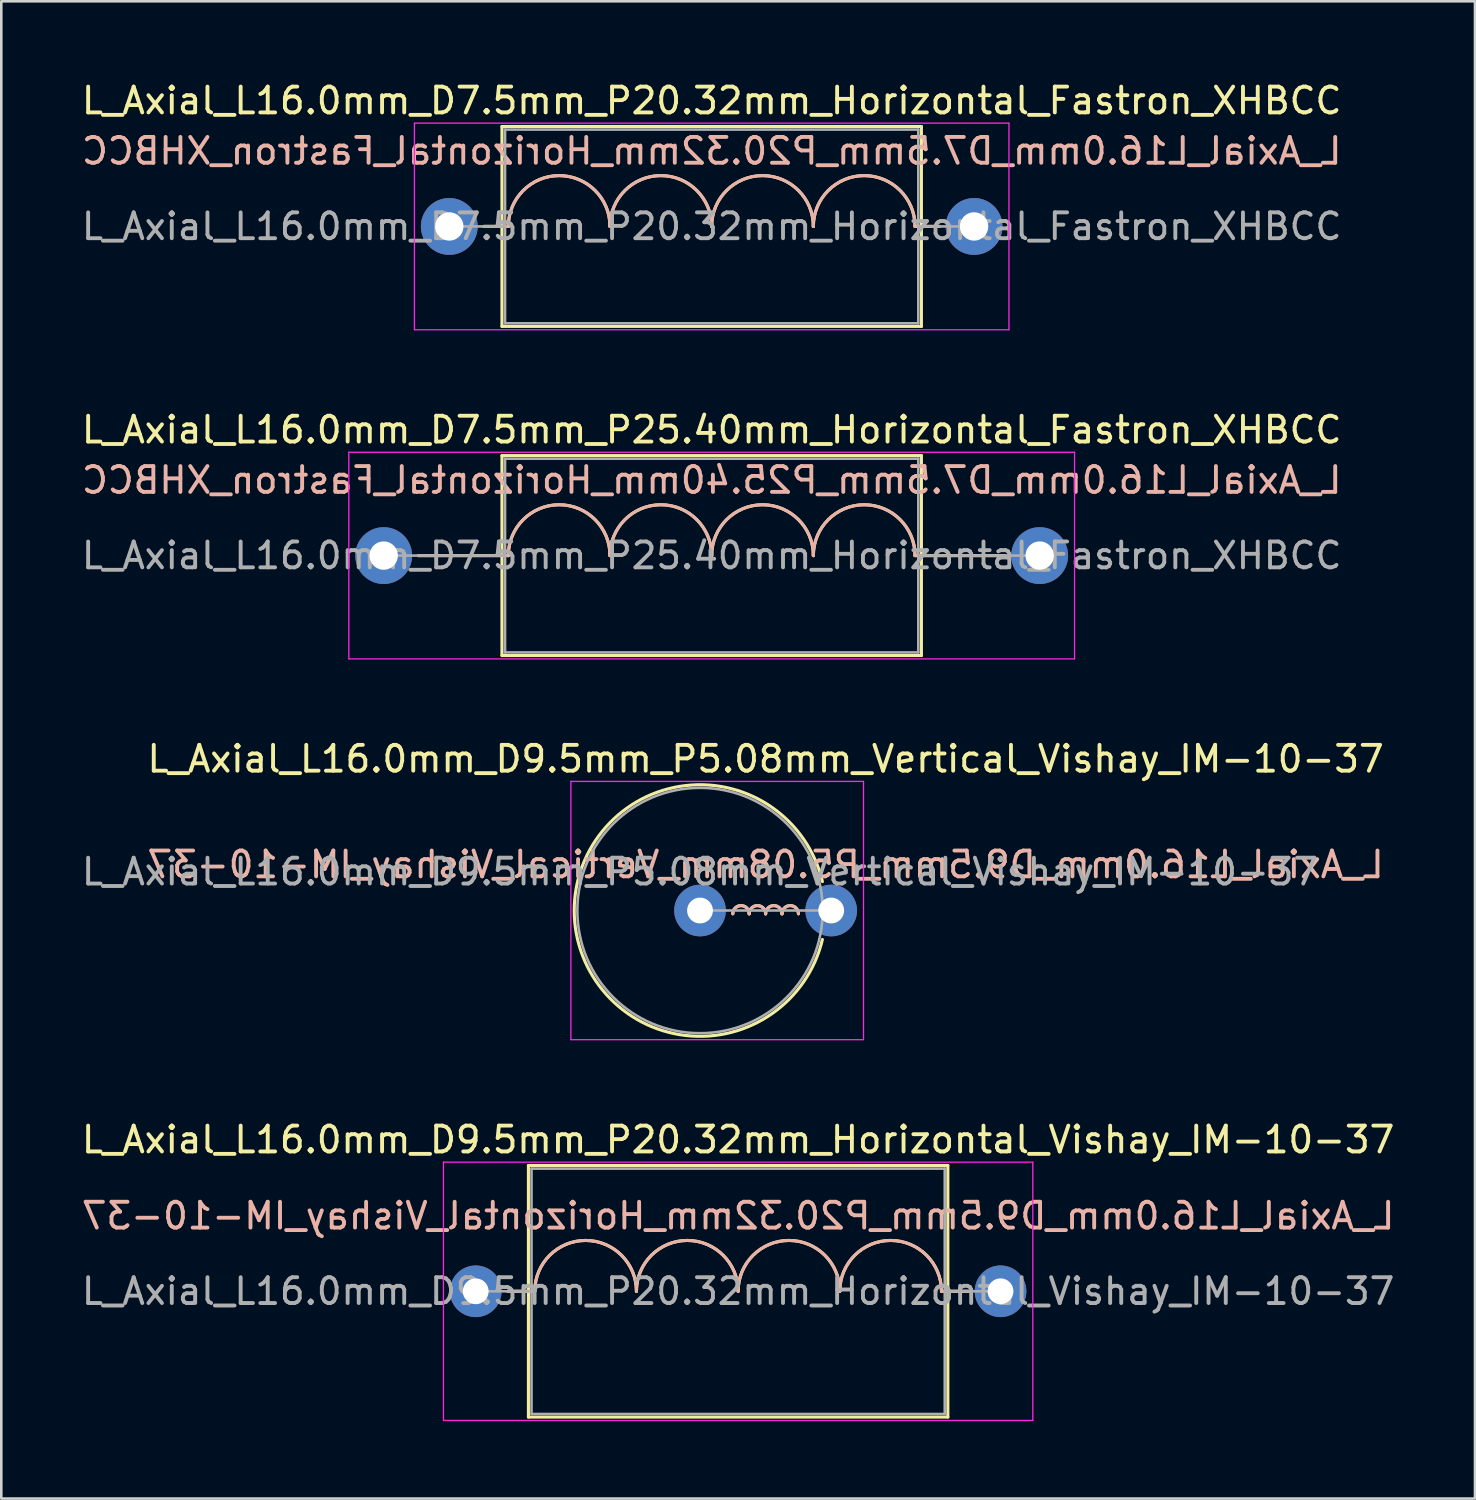
<source format=kicad_pcb>
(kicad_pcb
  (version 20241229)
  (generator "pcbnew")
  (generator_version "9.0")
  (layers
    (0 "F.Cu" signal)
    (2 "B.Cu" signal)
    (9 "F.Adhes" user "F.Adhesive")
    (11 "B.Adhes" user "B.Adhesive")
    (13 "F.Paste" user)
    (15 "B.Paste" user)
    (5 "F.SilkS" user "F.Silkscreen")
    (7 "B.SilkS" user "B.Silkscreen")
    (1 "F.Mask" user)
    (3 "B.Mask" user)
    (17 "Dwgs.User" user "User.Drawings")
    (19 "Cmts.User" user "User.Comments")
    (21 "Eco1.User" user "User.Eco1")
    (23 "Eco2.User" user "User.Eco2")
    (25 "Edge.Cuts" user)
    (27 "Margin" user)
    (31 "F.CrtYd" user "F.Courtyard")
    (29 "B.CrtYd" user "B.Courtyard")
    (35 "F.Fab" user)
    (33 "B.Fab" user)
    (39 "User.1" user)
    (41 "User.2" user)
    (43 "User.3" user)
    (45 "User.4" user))
  (footprint "L_Axial_L16.0mm_D9.5mm_P5.08mm_Vertical_Vishay_IM-10-37"
    (layer "F.Cu")
    (at 24.054 32.205)
    (property "Reference" "L_Axial_L16.0mm_D9.5mm_P5.08mm_Vertical_Vishay_IM-10-37" (at 2.54 -5.87 0) (layer "F.SilkS") (effects (font (size 1 1) (thickness 0.15))))
    (fp_arc (start 1.27 0.127) (mid 1.5875 -0.1905) (end 1.905 0.127) (stroke (width 0.12) (type solid)) (layer "F.SilkS"))
    (fp_arc (start 1.905 0.127) (mid 2.2225 -0.1905) (end 2.54 0.127) (stroke (width 0.12) (type solid)) (layer "F.SilkS"))
    (fp_arc (start 2.54 0.127) (mid 2.8575 -0.1905) (end 3.175 0.127) (stroke (width 0.12) (type solid)) (layer "F.SilkS"))
    (fp_arc (start 3.175 0.127) (mid 3.4925 -0.1905) (end 3.81 0.127) (stroke (width 0.12) (type solid)) (layer "F.SilkS"))
    (fp_arc (start 4.739462 1.12) (mid -4.87 0) (end 4.739462 -1.12) (stroke (width 0.12) (type solid)) (layer "F.SilkS"))
    (fp_arc (start 1.27 0.127) (mid 1.5875 -0.1905) (end 1.905 0.127) (stroke (width 0.12) (type solid)) (layer "B.SilkS"))
    (fp_arc (start 1.905 0.127) (mid 2.2225 -0.1905) (end 2.54 0.127) (stroke (width 0.12) (type solid)) (layer "B.SilkS"))
    (fp_arc (start 2.54 0.127) (mid 2.8575 -0.1905) (end 3.175 0.127) (stroke (width 0.12) (type solid)) (layer "B.SilkS"))
    (fp_arc (start 3.175 0.127) (mid 3.4925 -0.1905) (end 3.81 0.127) (stroke (width 0.12) (type solid)) (layer "B.SilkS"))
    (fp_line (start -5 -5) (end -5 5) (stroke (width 0.05) (type solid)) (layer "F.CrtYd"))
    (fp_line (start -5 5) (end 6.33 5) (stroke (width 0.05) (type solid)) (layer "F.CrtYd"))
    (fp_line (start 6.33 -5) (end -5 -5) (stroke (width 0.05) (type solid)) (layer "F.CrtYd"))
    (fp_line (start 6.33 5) (end 6.33 -5) (stroke (width 0.05) (type solid)) (layer "F.CrtYd"))
    (fp_line (start 0 0) (end 5.08 0) (stroke (width 0.1) (type solid)) (layer "F.Fab"))
    (fp_circle (center 0 0) (end 4.75 0) (stroke (width 0.1) (type solid)) (fill no) (layer "F.Fab"))
    (fp_text user "${REFERENCE}" (at 2.54 -1.778 0) (layer "B.SilkS") (effects (font (size 1 1) (thickness 0.15)) (justify mirror)))
    (fp_text user "${REFERENCE}" (at 0 -1.5 0) (layer "F.Fab") (effects (font (size 1 1) (thickness 0.15))))
    (pad "1" thru_hole circle (at 0 0) (size 2 2) (drill 1) (layers "*.Cu" "*.Mask"))
    (pad "2" thru_hole oval (at 5.08 0) (size 2 2) (drill 1) (layers "*.Cu" "*.Mask")))
  (footprint "L_Axial_L16.0mm_D7.5mm_P25.40mm_Horizontal_Fastron_XHBCC"
    (layer "F.Cu")
    (at 11.806 18.462)
    (property "Reference" "L_Axial_L16.0mm_D7.5mm_P25.40mm_Horizontal_Fastron_XHBCC" (at 12.7 -4.87 0) (layer "F.SilkS") (effects (font (size 1 1) (thickness 0.15))))
    (fp_line (start 1.34 0) (end 4.58 0) (stroke (width 0.12) (type solid)) (layer "F.SilkS"))
    (fp_line (start 4.58 -3.87) (end 4.58 3.87) (stroke (width 0.12) (type solid)) (layer "F.SilkS"))
    (fp_line (start 4.58 3.87) (end 20.82 3.87) (stroke (width 0.12) (type solid)) (layer "F.SilkS"))
    (fp_line (start 4.826 0) (end 4.58 0) (stroke (width 0.12) (type solid)) (layer "F.SilkS"))
    (fp_line (start 20.574 0) (end 20.828 0) (stroke (width 0.12) (type solid)) (layer "F.SilkS"))
    (fp_line (start 20.82 -3.87) (end 4.58 -3.87) (stroke (width 0.12) (type solid)) (layer "F.SilkS"))
    (fp_line (start 20.82 3.87) (end 20.82 -3.87) (stroke (width 0.12) (type solid)) (layer "F.SilkS"))
    (fp_line (start 24.06 0) (end 20.82 0) (stroke (width 0.12) (type solid)) (layer "F.SilkS"))
    (fp_arc (start 4.826 0) (mid 6.7945 -1.9685) (end 8.763 0) (stroke (width 0.12) (type solid)) (layer "F.SilkS"))
    (fp_arc (start 8.763 0) (mid 10.7315 -1.9685) (end 12.7 0) (stroke (width 0.12) (type solid)) (layer "F.SilkS"))
    (fp_arc (start 12.7 0) (mid 14.6685 -1.9685) (end 16.637 0) (stroke (width 0.12) (type solid)) (layer "F.SilkS"))
    (fp_arc (start 16.637 0) (mid 18.6055 -1.9685) (end 20.574 0) (stroke (width 0.12) (type solid)) (layer "F.SilkS"))
    (fp_line (start 1.34 0) (end 4.58 0) (stroke (width 0.12) (type solid)) (layer "B.SilkS"))
    (fp_line (start 4.826 0) (end 4.572 0) (stroke (width 0.12) (type solid)) (layer "B.SilkS"))
    (fp_line (start 20.574 0) (end 20.82 0) (stroke (width 0.12) (type solid)) (layer "B.SilkS"))
    (fp_line (start 24.06 0) (end 20.82 0) (stroke (width 0.12) (type solid)) (layer "B.SilkS"))
    (fp_arc (start 4.826 0) (mid 6.7945 -1.9685) (end 8.763 0) (stroke (width 0.12) (type solid)) (layer "B.SilkS"))
    (fp_arc (start 8.763 0) (mid 10.7315 -1.9685) (end 12.7 0) (stroke (width 0.12) (type solid)) (layer "B.SilkS"))
    (fp_arc (start 12.7 0) (mid 14.6685 -1.9685) (end 16.637 0) (stroke (width 0.12) (type solid)) (layer "B.SilkS"))
    (fp_arc (start 16.637 0) (mid 18.6055 -1.9685) (end 20.574 0) (stroke (width 0.12) (type solid)) (layer "B.SilkS"))
    (fp_line (start -1.35 -4) (end -1.35 4) (stroke (width 0.05) (type solid)) (layer "F.CrtYd"))
    (fp_line (start -1.35 4) (end 26.75 4) (stroke (width 0.05) (type solid)) (layer "F.CrtYd"))
    (fp_line (start 26.75 -4) (end -1.35 -4) (stroke (width 0.05) (type solid)) (layer "F.CrtYd"))
    (fp_line (start 26.75 4) (end 26.75 -4) (stroke (width 0.05) (type solid)) (layer "F.CrtYd"))
    (fp_line (start 0 0) (end 4.7 0) (stroke (width 0.1) (type solid)) (layer "F.Fab"))
    (fp_line (start 4.7 -3.75) (end 4.7 3.75) (stroke (width 0.1) (type solid)) (layer "F.Fab"))
    (fp_line (start 4.7 3.75) (end 20.7 3.75) (stroke (width 0.1) (type solid)) (layer "F.Fab"))
    (fp_line (start 20.7 -3.75) (end 4.7 -3.75) (stroke (width 0.1) (type solid)) (layer "F.Fab"))
    (fp_line (start 20.7 3.75) (end 20.7 -3.75) (stroke (width 0.1) (type solid)) (layer "F.Fab"))
    (fp_line (start 25.4 0) (end 20.7 0) (stroke (width 0.1) (type solid)) (layer "F.Fab"))
    (fp_text user "${REFERENCE}" (at 12.7 -2.921 0) (layer "B.SilkS") (effects (font (size 1 1) (thickness 0.15)) (justify mirror)))
    (fp_text user "${REFERENCE}" (at 12.7 0 0) (layer "F.Fab") (effects (font (size 1 1) (thickness 0.15))))
    (pad "1" thru_hole circle (at 0 0) (size 2.2 2.2) (drill 1.1) (layers "*.Cu" "*.Mask"))
    (pad "2" thru_hole oval (at 25.4 0) (size 2.2 2.2) (drill 1.1) (layers "*.Cu" "*.Mask")))
  (footprint "L_Axial_L16.0mm_D7.5mm_P20.32mm_Horizontal_Fastron_XHBCC"
    (layer "F.Cu")
    (at 14.346 5.718)
    (property "Reference" "L_Axial_L16.0mm_D7.5mm_P20.32mm_Horizontal_Fastron_XHBCC" (at 10.16 -4.87 0) (layer "F.SilkS") (effects (font (size 1 1) (thickness 0.15))))
    (fp_line (start 1.34 0) (end 2.04 0) (stroke (width 0.12) (type solid)) (layer "F.SilkS"))
    (fp_line (start 2.04 -3.87) (end 2.04 3.87) (stroke (width 0.12) (type solid)) (layer "F.SilkS"))
    (fp_line (start 2.04 3.87) (end 18.28 3.87) (stroke (width 0.12) (type solid)) (layer "F.SilkS"))
    (fp_line (start 2.286 0) (end 2.04 0) (stroke (width 0.12) (type solid)) (layer "F.SilkS"))
    (fp_line (start 18.034 0) (end 18.288 0) (stroke (width 0.12) (type solid)) (layer "F.SilkS"))
    (fp_line (start 18.28 -3.87) (end 2.04 -3.87) (stroke (width 0.12) (type solid)) (layer "F.SilkS"))
    (fp_line (start 18.28 3.87) (end 18.28 -3.87) (stroke (width 0.12) (type solid)) (layer "F.SilkS"))
    (fp_line (start 18.98 0) (end 18.28 0) (stroke (width 0.12) (type solid)) (layer "F.SilkS"))
    (fp_arc (start 2.286 0) (mid 4.2545 -1.9685) (end 6.223 0) (stroke (width 0.12) (type solid)) (layer "F.SilkS"))
    (fp_arc (start 6.223 0) (mid 8.1915 -1.9685) (end 10.16 0) (stroke (width 0.12) (type solid)) (layer "F.SilkS"))
    (fp_arc (start 10.16 0) (mid 12.1285 -1.9685) (end 14.097 0) (stroke (width 0.12) (type solid)) (layer "F.SilkS"))
    (fp_arc (start 14.097 0) (mid 16.0655 -1.9685) (end 18.034 0) (stroke (width 0.12) (type solid)) (layer "F.SilkS"))
    (fp_line (start 1.34 0) (end 2.04 0) (stroke (width 0.12) (type solid)) (layer "B.SilkS"))
    (fp_line (start 2.286 0) (end 2.032 0) (stroke (width 0.12) (type solid)) (layer "B.SilkS"))
    (fp_line (start 18.034 0) (end 18.28 0) (stroke (width 0.12) (type solid)) (layer "B.SilkS"))
    (fp_line (start 18.98 0) (end 18.28 0) (stroke (width 0.12) (type solid)) (layer "B.SilkS"))
    (fp_arc (start 2.286 0) (mid 4.2545 -1.9685) (end 6.223 0) (stroke (width 0.12) (type solid)) (layer "B.SilkS"))
    (fp_arc (start 6.223 0) (mid 8.1915 -1.9685) (end 10.16 0) (stroke (width 0.12) (type solid)) (layer "B.SilkS"))
    (fp_arc (start 10.16 0) (mid 12.1285 -1.9685) (end 14.097 0) (stroke (width 0.12) (type solid)) (layer "B.SilkS"))
    (fp_arc (start 14.097 0) (mid 16.0655 -1.9685) (end 18.034 0) (stroke (width 0.12) (type solid)) (layer "B.SilkS"))
    (fp_line (start -1.35 -4) (end -1.35 4) (stroke (width 0.05) (type solid)) (layer "F.CrtYd"))
    (fp_line (start -1.35 4) (end 21.67 4) (stroke (width 0.05) (type solid)) (layer "F.CrtYd"))
    (fp_line (start 21.67 -4) (end -1.35 -4) (stroke (width 0.05) (type solid)) (layer "F.CrtYd"))
    (fp_line (start 21.67 4) (end 21.67 -4) (stroke (width 0.05) (type solid)) (layer "F.CrtYd"))
    (fp_line (start 0 0) (end 2.16 0) (stroke (width 0.1) (type solid)) (layer "F.Fab"))
    (fp_line (start 2.16 -3.75) (end 2.16 3.75) (stroke (width 0.1) (type solid)) (layer "F.Fab"))
    (fp_line (start 2.16 3.75) (end 18.16 3.75) (stroke (width 0.1) (type solid)) (layer "F.Fab"))
    (fp_line (start 18.16 -3.75) (end 2.16 -3.75) (stroke (width 0.1) (type solid)) (layer "F.Fab"))
    (fp_line (start 18.16 3.75) (end 18.16 -3.75) (stroke (width 0.1) (type solid)) (layer "F.Fab"))
    (fp_line (start 20.32 0) (end 18.16 0) (stroke (width 0.1) (type solid)) (layer "F.Fab"))
    (fp_text user "${REFERENCE}" (at 10.16 -2.921 0) (layer "B.SilkS") (effects (font (size 1 1) (thickness 0.15)) (justify mirror)))
    (fp_text user "${REFERENCE}" (at 10.16 0 0) (layer "F.Fab") (effects (font (size 1 1) (thickness 0.15))))
    (pad "1" thru_hole circle (at 0 0) (size 2.2 2.2) (drill 1.1) (layers "*.Cu" "*.Mask"))
    (pad "2" thru_hole oval (at 20.32 0) (size 2.2 2.2) (drill 1.1) (layers "*.Cu" "*.Mask")))
  (footprint "L_Axial_L16.0mm_D9.5mm_P20.32mm_Horizontal_Vishay_IM-10-37"
    (layer "F.Cu")
    (at 15.37 46.948)
    (property "Reference" "L_Axial_L16.0mm_D9.5mm_P20.32mm_Horizontal_Vishay_IM-10-37" (at 10.16 -5.87 0) (layer "F.SilkS") (effects (font (size 1 1) (thickness 0.15))))
    (fp_line (start 1.24 0) (end 2.04 0) (stroke (width 0.12) (type solid)) (layer "F.SilkS"))
    (fp_line (start 2.04 -4.87) (end 2.04 4.87) (stroke (width 0.12) (type solid)) (layer "F.SilkS"))
    (fp_line (start 2.04 4.87) (end 18.28 4.87) (stroke (width 0.12) (type solid)) (layer "F.SilkS"))
    (fp_line (start 2.286 0) (end 2.04 0) (stroke (width 0.12) (type solid)) (layer "F.SilkS"))
    (fp_line (start 18.034 0) (end 18.288 0) (stroke (width 0.12) (type solid)) (layer "F.SilkS"))
    (fp_line (start 18.28 -4.87) (end 2.04 -4.87) (stroke (width 0.12) (type solid)) (layer "F.SilkS"))
    (fp_line (start 18.28 4.87) (end 18.28 -4.87) (stroke (width 0.12) (type solid)) (layer "F.SilkS"))
    (fp_line (start 19.08 0) (end 18.28 0) (stroke (width 0.12) (type solid)) (layer "F.SilkS"))
    (fp_arc (start 2.286 0) (mid 4.2545 -1.9685) (end 6.223 0) (stroke (width 0.12) (type solid)) (layer "F.SilkS"))
    (fp_arc (start 6.223 0) (mid 8.1915 -1.9685) (end 10.16 0) (stroke (width 0.12) (type solid)) (layer "F.SilkS"))
    (fp_arc (start 10.16 0) (mid 12.1285 -1.9685) (end 14.097 0) (stroke (width 0.12) (type solid)) (layer "F.SilkS"))
    (fp_arc (start 14.097 0) (mid 16.0655 -1.9685) (end 18.034 0) (stroke (width 0.12) (type solid)) (layer "F.SilkS"))
    (fp_line (start 1.24 0) (end 2.04 0) (stroke (width 0.12) (type solid)) (layer "B.SilkS"))
    (fp_line (start 2.286 0) (end 2.032 0) (stroke (width 0.12) (type solid)) (layer "B.SilkS"))
    (fp_line (start 18.034 0) (end 18.28 0) (stroke (width 0.12) (type solid)) (layer "B.SilkS"))
    (fp_line (start 19.08 0) (end 18.28 0) (stroke (width 0.12) (type solid)) (layer "B.SilkS"))
    (fp_arc (start 2.286 0) (mid 4.2545 -1.9685) (end 6.223 0) (stroke (width 0.12) (type solid)) (layer "B.SilkS"))
    (fp_arc (start 6.223 0) (mid 8.1915 -1.9685) (end 10.16 0) (stroke (width 0.12) (type solid)) (layer "B.SilkS"))
    (fp_arc (start 10.16 0) (mid 12.1285 -1.9685) (end 14.097 0) (stroke (width 0.12) (type solid)) (layer "B.SilkS"))
    (fp_arc (start 14.097 0) (mid 16.0655 -1.9685) (end 18.034 0) (stroke (width 0.12) (type solid)) (layer "B.SilkS"))
    (fp_line (start -1.25 -5) (end -1.25 5) (stroke (width 0.05) (type solid)) (layer "F.CrtYd"))
    (fp_line (start -1.25 5) (end 21.57 5) (stroke (width 0.05) (type solid)) (layer "F.CrtYd"))
    (fp_line (start 21.57 -5) (end -1.25 -5) (stroke (width 0.05) (type solid)) (layer "F.CrtYd"))
    (fp_line (start 21.57 5) (end 21.57 -5) (stroke (width 0.05) (type solid)) (layer "F.CrtYd"))
    (fp_line (start 0 0) (end 2.16 0) (stroke (width 0.1) (type solid)) (layer "F.Fab"))
    (fp_line (start 2.16 -4.75) (end 2.16 4.75) (stroke (width 0.1) (type solid)) (layer "F.Fab"))
    (fp_line (start 2.16 4.75) (end 18.16 4.75) (stroke (width 0.1) (type solid)) (layer "F.Fab"))
    (fp_line (start 18.16 -4.75) (end 2.16 -4.75) (stroke (width 0.1) (type solid)) (layer "F.Fab"))
    (fp_line (start 18.16 4.75) (end 18.16 -4.75) (stroke (width 0.1) (type solid)) (layer "F.Fab"))
    (fp_line (start 20.32 0) (end 18.16 0) (stroke (width 0.1) (type solid)) (layer "F.Fab"))
    (fp_text user "${REFERENCE}" (at 10.16 -2.921 0) (layer "B.SilkS") (effects (font (size 1 1) (thickness 0.15)) (justify mirror)))
    (fp_text user "${REFERENCE}" (at 10.16 0 0) (layer "F.Fab") (effects (font (size 1 1) (thickness 0.15))))
    (pad "1" thru_hole circle (at 0 0) (size 2 2) (drill 1) (layers "*.Cu" "*.Mask"))
    (pad "2" thru_hole oval (at 20.32 0) (size 2 2) (drill 1) (layers "*.Cu" "*.Mask")))
  (gr_rect
    (start -3 -3)
    (end 54.06 54.973)
    (stroke (width 0.1) (type default))
    (fill no)
    (layer "Edge.Cuts")))
</source>
